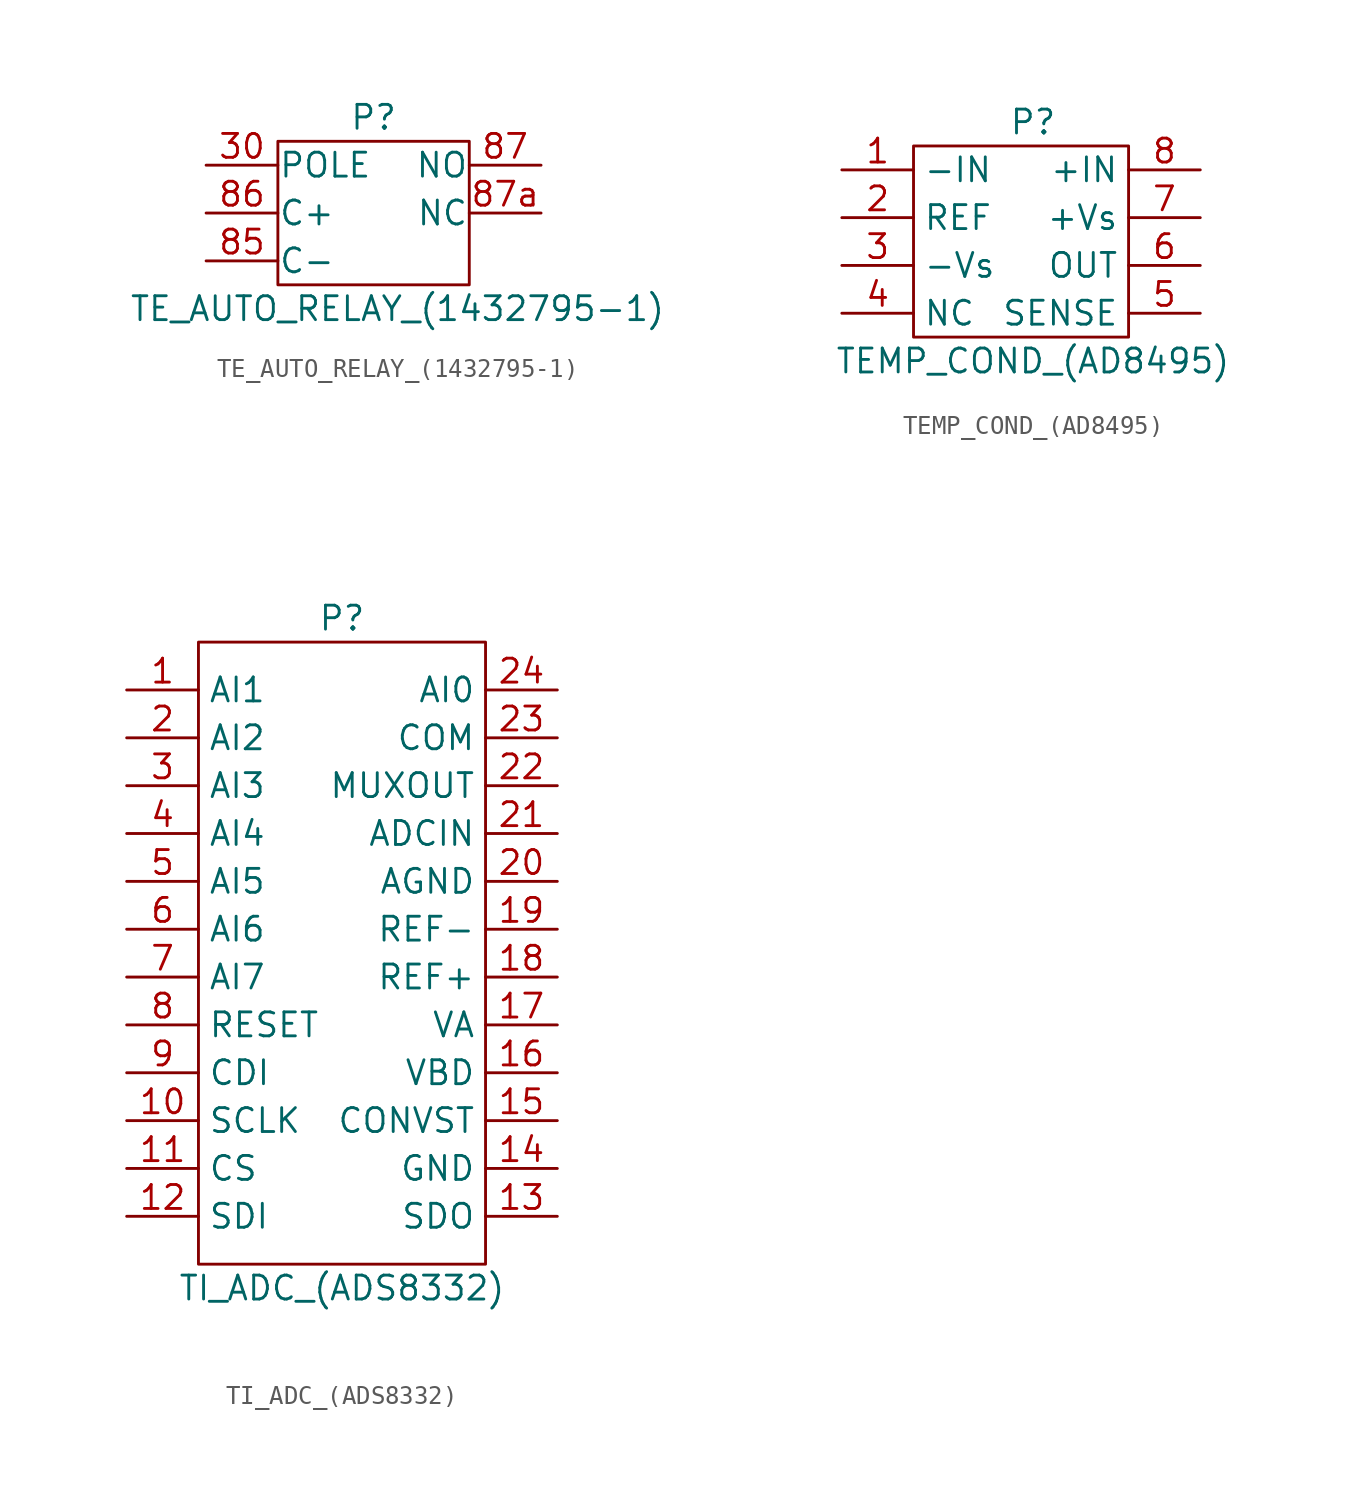
<source format=kicad_sym>
(kicad_symbol_lib
  (version 20220914)
  (generator kicad_symbol_editor)
  (symbol "TE_AUTO_RELAY_(1432795-1)"
    (pin_names
      (offset 0.025))
    (property "Reference" "P"
      (at 2.54 7.62 0)
      (effects (font (size 1.27 1.27))))
    (property "Value" "TE_AUTO_RELAY_(1432795-1)"
      (at 3.81 -2.54 0)
      (effects (font (size 1.27 1.27))))
    (symbol "TE_AUTO_RELAY_(1432795-1)_0_1"
      (rectangle (start -2.54 6.35) (end 7.62 -1.27) (stroke (width 0) (type solid)) (fill (type none))))
    (symbol "TE_AUTO_RELAY_(1432795-1)_1_1"
      (pin power_in line (at -6.35 5.08 0) (length 3.81) (name "POLE" (effects (font (size 1.27 1.27)))) (number "30" (effects (font (size 1.27 1.27)))))
      (pin input line (at -6.35 0 0) (length 3.81) (name "C-" (effects (font (size 1.27 1.27)))) (number "85" (effects (font (size 1.27 1.27)))))
      (pin power_in line (at -6.35 2.54 0) (length 3.81) (name "C+" (effects (font (size 1.27 1.27)))) (number "86" (effects (font (size 1.27 1.27)))))
      (pin output line (at 11.43 5.08 180) (length 3.81) (name "NO" (effects (font (size 1.27 1.27)))) (number "87" (effects (font (size 1.27 1.27)))))
      (pin output line (at 11.43 2.54 180) (length 3.81) (name "NC" (effects (font (size 1.27 1.27)))) (number "87a" (effects (font (size 1.27 1.27)))))))
  (symbol "TEMP_COND_(AD8495)"
    (property "Reference" "P"
      (at 0 6.35 0)
      (effects (font (size 1.27 1.27))))
    (property "Value" "TEMP_COND_(AD8495)"
      (at 0 -6.35 0)
      (effects (font (size 1.27 1.27))))
    (symbol "TEMP_COND_(AD8495)_0_1"
      (rectangle (start -6.35 5.08) (end 5.08 -5.08) (stroke (width 0) (type solid)) (fill (type none))))
    (symbol "TEMP_COND_(AD8495)_1_1"
      (pin power_in line (at -10.16 3.81 0) (length 3.81) (name "-IN" (effects (font (size 1.27 1.27)))) (number "1" (effects (font (size 1.27 1.27)))))
      (pin power_in line (at -10.16 1.27 0) (length 3.81) (name "REF" (effects (font (size 1.27 1.27)))) (number "2" (effects (font (size 1.27 1.27)))))
      (pin input line (at -10.16 -1.27 0) (length 3.81) (name "-Vs" (effects (font (size 1.27 1.27)))) (number "3" (effects (font (size 1.27 1.27)))))
      (pin input line (at -10.16 -3.81 0) (length 3.81) (name "NC" (effects (font (size 1.27 1.27)))) (number "4" (effects (font (size 1.27 1.27)))))
      (pin passive line (at 8.89 -3.81 180) (length 3.81) (name "SENSE" (effects (font (size 1.27 1.27)))) (number "5" (effects (font (size 1.27 1.27)))))
      (pin output line (at 8.89 -1.27 180) (length 3.81) (name "OUT" (effects (font (size 1.27 1.27)))) (number "6" (effects (font (size 1.27 1.27)))))
      (pin output line (at 8.89 1.27 180) (length 3.81) (name "+Vs" (effects (font (size 1.27 1.27)))) (number "7" (effects (font (size 1.27 1.27)))))
      (pin output line (at 8.89 3.81 180) (length 3.81) (name "+IN" (effects (font (size 1.27 1.27)))) (number "8" (effects (font (size 1.27 1.27)))))))
  (symbol "TI_ADC_(ADS8332)"
    (property "Reference" "P"
      (at 0 17.78 0)
      (effects (font (size 1.27 1.27))))
    (property "Value" "TI_ADC_(ADS8332)"
      (at 0 -17.78 0)
      (effects (font (size 1.27 1.27))))
    (symbol "TI_ADC_(ADS8332)_0_1"
      (rectangle (start -7.62 16.51) (end 7.62 -16.51) (stroke (width 0) (type solid)) (fill (type none))))
    (symbol "TI_ADC_(ADS8332)_1_1"
      (pin input line (at -11.43 13.97 0) (length 3.81) (name "AI1" (effects (font (size 1.27 1.27)))) (number "1" (effects (font (size 1.27 1.27)))))
      (pin input line (at -11.43 -8.89 0) (length 3.81) (name "SCLK" (effects (font (size 1.27 1.27)))) (number "10" (effects (font (size 1.27 1.27)))))
      (pin input line (at -11.43 -11.43 0) (length 3.81) (name "CS" (effects (font (size 1.27 1.27)))) (number "11" (effects (font (size 1.27 1.27)))))
      (pin input line (at -11.43 -13.97 0) (length 3.81) (name "SDI" (effects (font (size 1.27 1.27)))) (number "12" (effects (font (size 1.27 1.27)))))
      (pin input line (at 11.43 -13.97 180) (length 3.81) (name "SDO" (effects (font (size 1.27 1.27)))) (number "13" (effects (font (size 1.27 1.27)))))
      (pin input line (at 11.43 -11.43 180) (length 3.81) (name "GND" (effects (font (size 1.27 1.27)))) (number "14" (effects (font (size 1.27 1.27)))))
      (pin input line (at 11.43 -8.89 180) (length 3.81) (name "CONVST" (effects (font (size 1.27 1.27)))) (number "15" (effects (font (size 1.27 1.27)))))
      (pin input line (at 11.43 -6.35 180) (length 3.81) (name "VBD" (effects (font (size 1.27 1.27)))) (number "16" (effects (font (size 1.27 1.27)))))
      (pin input line (at 11.43 -3.81 180) (length 3.81) (name "VA" (effects (font (size 1.27 1.27)))) (number "17" (effects (font (size 1.27 1.27)))))
      (pin input line (at 11.43 -1.27 180) (length 3.81) (name "REF+" (effects (font (size 1.27 1.27)))) (number "18" (effects (font (size 1.27 1.27)))))
      (pin input line (at 11.43 1.27 180) (length 3.81) (name "REF-" (effects (font (size 1.27 1.27)))) (number "19" (effects (font (size 1.27 1.27)))))
      (pin input line (at -11.43 11.43 0) (length 3.81) (name "AI2" (effects (font (size 1.27 1.27)))) (number "2" (effects (font (size 1.27 1.27)))))
      (pin input line (at 11.43 3.81 180) (length 3.81) (name "AGND" (effects (font (size 1.27 1.27)))) (number "20" (effects (font (size 1.27 1.27)))))
      (pin input line (at 11.43 6.35 180) (length 3.81) (name "ADCIN" (effects (font (size 1.27 1.27)))) (number "21" (effects (font (size 1.27 1.27)))))
      (pin input line (at 11.43 8.89 180) (length 3.81) (name "MUXOUT" (effects (font (size 1.27 1.27)))) (number "22" (effects (font (size 1.27 1.27)))))
      (pin input line (at 11.43 11.43 180) (length 3.81) (name "COM" (effects (font (size 1.27 1.27)))) (number "23" (effects (font (size 1.27 1.27)))))
      (pin input line (at 11.43 13.97 180) (length 3.81) (name "AI0" (effects (font (size 1.27 1.27)))) (number "24" (effects (font (size 1.27 1.27)))))
      (pin input line (at -11.43 8.89 0) (length 3.81) (name "AI3" (effects (font (size 1.27 1.27)))) (number "3" (effects (font (size 1.27 1.27)))))
      (pin input line (at -11.43 6.35 0) (length 3.81) (name "AI4" (effects (font (size 1.27 1.27)))) (number "4" (effects (font (size 1.27 1.27)))))
      (pin input line (at -11.43 3.81 0) (length 3.81) (name "AI5" (effects (font (size 1.27 1.27)))) (number "5" (effects (font (size 1.27 1.27)))))
      (pin input line (at -11.43 1.27 0) (length 3.81) (name "AI6" (effects (font (size 1.27 1.27)))) (number "6" (effects (font (size 1.27 1.27)))))
      (pin input line (at -11.43 -1.27 0) (length 3.81) (name "AI7" (effects (font (size 1.27 1.27)))) (number "7" (effects (font (size 1.27 1.27)))))
      (pin input line (at -11.43 -3.81 0) (length 3.81) (name "RESET" (effects (font (size 1.27 1.27)))) (number "8" (effects (font (size 1.27 1.27)))))
      (pin input line (at -11.43 -6.35 0) (length 3.81) (name "CDI" (effects (font (size 1.27 1.27)))) (number "9" (effects (font (size 1.27 1.27))))))))
</source>
